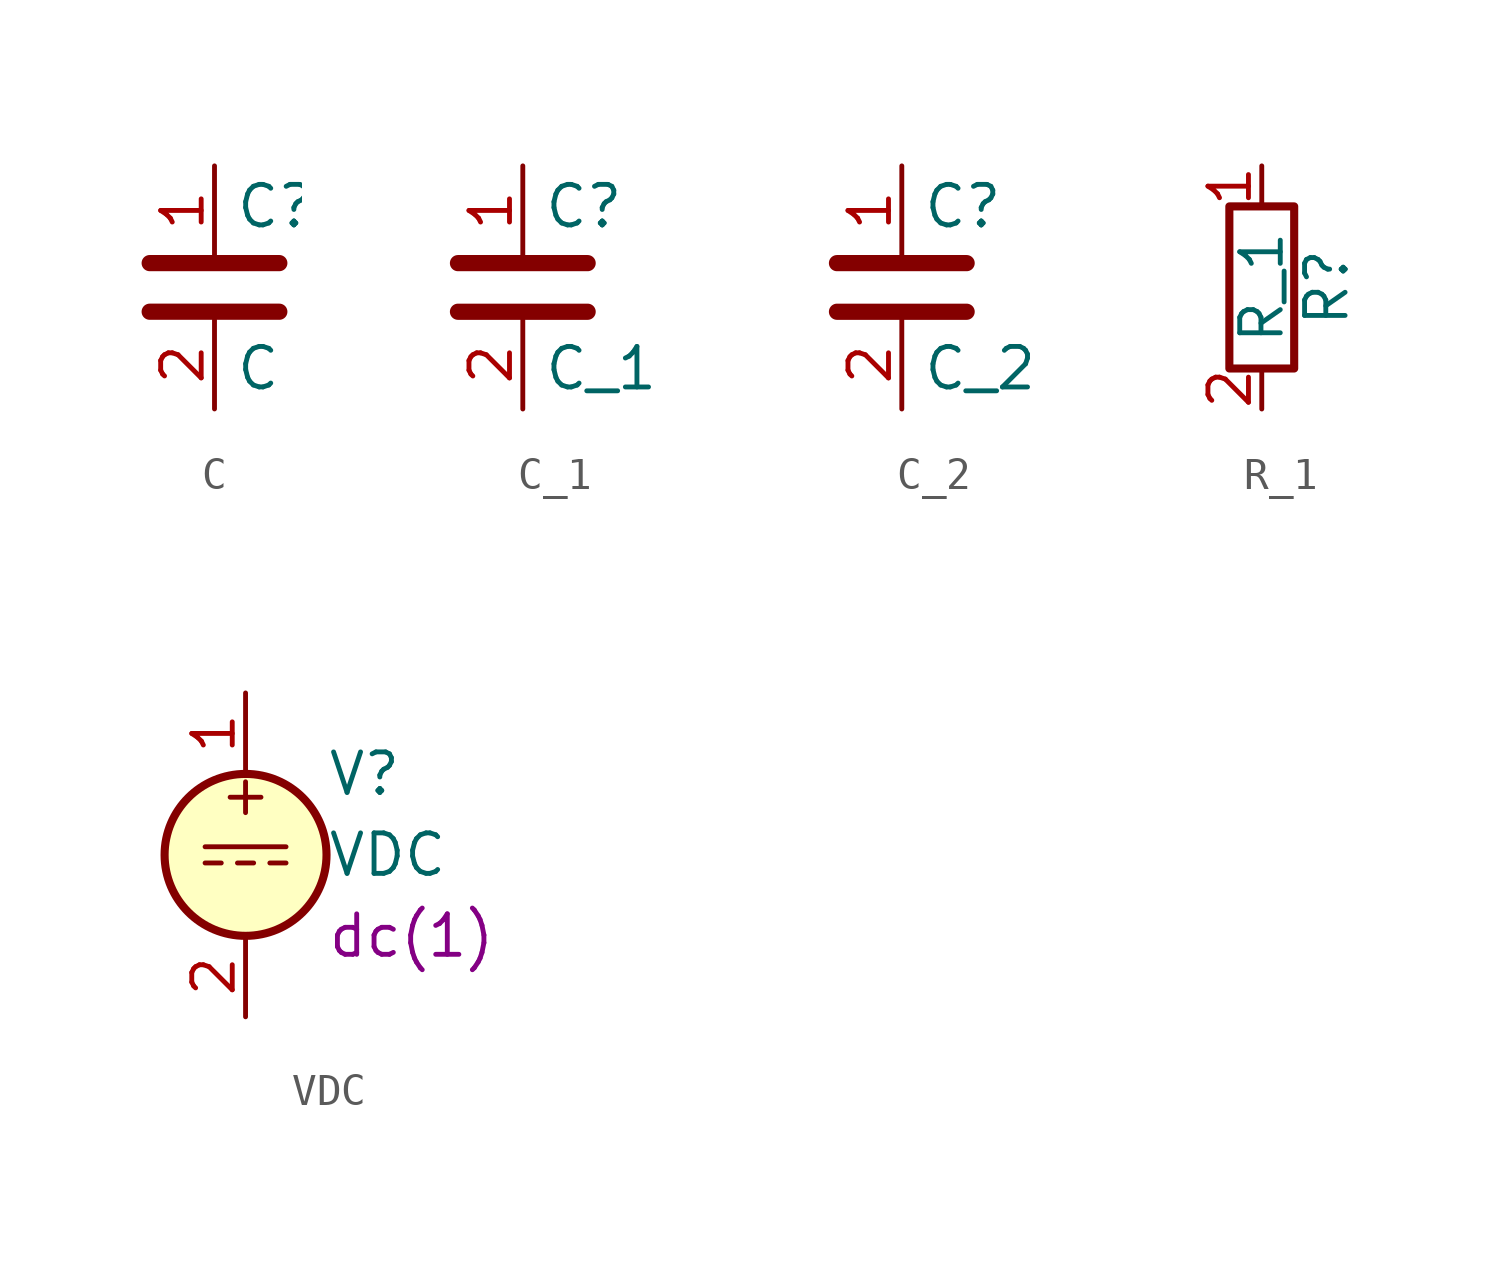
<source format=kicad_sym>
(kicad_symbol_lib
  (version 20231120)
  (generator "kicad_symbol_editor")
  (generator_version "8.0")
  (symbol "C"
    (pin_names
      (offset 0.254))
    (property "Reference" "C"
      (at 0.635 2.54 0)
      (effects (font (size 1.27 1.27)) (justify left)))
    (property "Value" "C"
      (at 0.635 -2.54 0)
      (effects (font (size 1.27 1.27)) (justify left)))
    (symbol "C_0_1"
      (polyline (pts (xy -2.032 -0.762) (xy 2.032 -0.762)) (stroke (width 0.508) (type default)) (fill (type none)))
      (polyline (pts (xy -2.032 0.762) (xy 2.032 0.762)) (stroke (width 0.508) (type default)) (fill (type none))))
    (symbol "C_1_1"
      (pin passive line (at 0 3.81 270) (length 2.794) (name "~" (effects (font (size 1.27 1.27)))) (number "1" (effects (font (size 1.27 1.27)))))
      (pin passive line (at 0 -3.81 90) (length 2.794) (name "~" (effects (font (size 1.27 1.27)))) (number "2" (effects (font (size 1.27 1.27)))))))
  (symbol "C_1"
    (pin_names
      (offset 0.254))
    (property "Reference" "C"
      (at 0.635 2.54 0)
      (effects (font (size 1.27 1.27)) (justify left)))
    (property "Value" "C_1"
      (at 0.635 -2.54 0)
      (effects (font (size 1.27 1.27)) (justify left)))
    (symbol "C_1_0_1"
      (polyline (pts (xy -2.032 -0.762) (xy 2.032 -0.762)) (stroke (width 0.508) (type default)) (fill (type none)))
      (polyline (pts (xy -2.032 0.762) (xy 2.032 0.762)) (stroke (width 0.508) (type default)) (fill (type none))))
    (symbol "C_1_1_1"
      (pin passive line (at 0 3.81 270) (length 2.794) (name "~" (effects (font (size 1.27 1.27)))) (number "1" (effects (font (size 1.27 1.27)))))
      (pin passive line (at 0 -3.81 90) (length 2.794) (name "~" (effects (font (size 1.27 1.27)))) (number "2" (effects (font (size 1.27 1.27)))))))
  (symbol "C_2"
    (pin_names
      (offset 0.254))
    (property "Reference" "C"
      (at 0.635 2.54 0)
      (effects (font (size 1.27 1.27)) (justify left)))
    (property "Value" "C_2"
      (at 0.635 -2.54 0)
      (effects (font (size 1.27 1.27)) (justify left)))
    (symbol "C_2_0_1"
      (polyline (pts (xy -2.032 -0.762) (xy 2.032 -0.762)) (stroke (width 0.508) (type default)) (fill (type none)))
      (polyline (pts (xy -2.032 0.762) (xy 2.032 0.762)) (stroke (width 0.508) (type default)) (fill (type none))))
    (symbol "C_2_1_1"
      (pin passive line (at 0 3.81 270) (length 2.794) (name "~" (effects (font (size 1.27 1.27)))) (number "1" (effects (font (size 1.27 1.27)))))
      (pin passive line (at 0 -3.81 90) (length 2.794) (name "~" (effects (font (size 1.27 1.27)))) (number "2" (effects (font (size 1.27 1.27)))))))
  (symbol "R_1"
    (pin_names
      (offset 0))
    (property "Reference" "R"
      (at 2.032 0 90)
      (effects (font (size 1.27 1.27))))
    (property "Value" "R_1"
      (at 0 0 90)
      (effects (font (size 1.27 1.27))))
    (symbol "R_1_0_1"
      (rectangle (start -1.016 -2.54) (end 1.016 2.54) (stroke (width 0.254) (type default)) (fill (type none))))
    (symbol "R_1_1_1"
      (pin passive line (at 0 3.81 270) (length 1.27) (name "~" (effects (font (size 1.27 1.27)))) (number "1" (effects (font (size 1.27 1.27)))))
      (pin passive line (at 0 -3.81 90) (length 1.27) (name "~" (effects (font (size 1.27 1.27)))) (number "2" (effects (font (size 1.27 1.27)))))))
  (symbol "VDC"
    (pin_names
      (offset 0.025))
    (property "Reference" "V"
      (at 2.54 2.54 0)
      (effects (font (size 1.27 1.27)) (justify left)))
    (property "Value" "VDC"
      (at 2.54 0 0)
      (effects (font (size 1.27 1.27)) (justify left)))
    (property "Spice_Model" "dc(1)"
      (at 2.54 -2.54 0)
      (effects (font (size 1.27 1.27)) (justify left)))
    (symbol "VDC_0_0"
      (polyline (pts (xy -1.27 0.254) (xy 1.27 0.254)) (stroke (width 0) (type default)) (fill (type none)))
      (polyline (pts (xy -0.762 -0.254) (xy -1.27 -0.254)) (stroke (width 0) (type default)) (fill (type none)))
      (polyline (pts (xy 0.254 -0.254) (xy -0.254 -0.254)) (stroke (width 0) (type default)) (fill (type none)))
      (polyline (pts (xy 1.27 -0.254) (xy 0.762 -0.254)) (stroke (width 0) (type default)) (fill (type none)))
      (text "+" (at 0 1.905 0) (effects (font (size 1.27 1.27)))))
    (symbol "VDC_0_1"
      (circle (center 0 0) (radius 2.54) (stroke (width 0.254) (type default)) (fill (type background))))
    (symbol "VDC_1_1"
      (pin passive line (at 0 5.08 270) (length 2.54) (name "~" (effects (font (size 1.27 1.27)))) (number "1" (effects (font (size 1.27 1.27)))))
      (pin passive line (at 0 -5.08 90) (length 2.54) (name "~" (effects (font (size 1.27 1.27)))) (number "2" (effects (font (size 1.27 1.27))))))))
</source>
